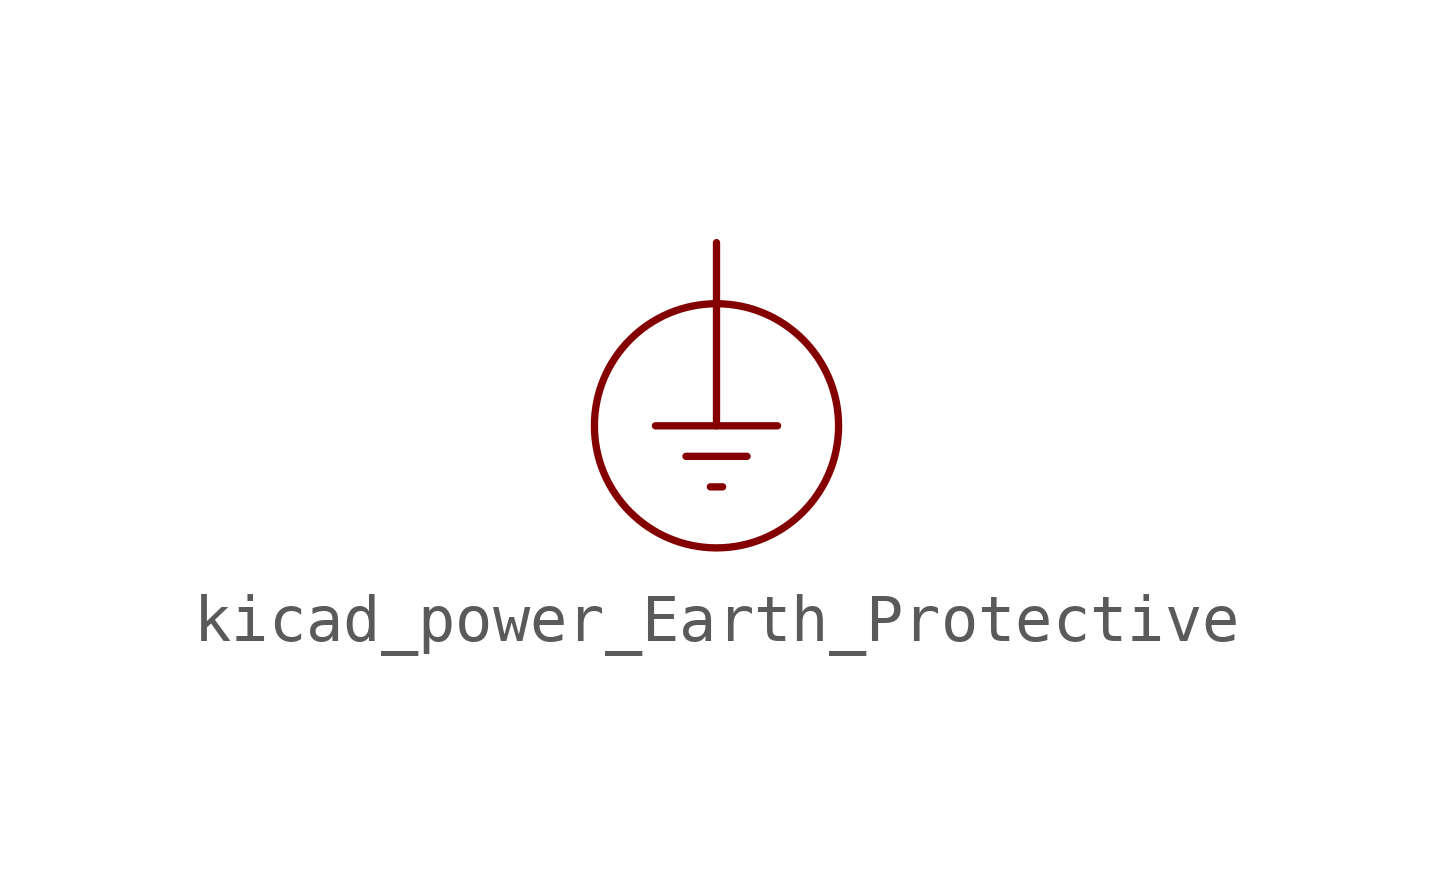
<source format=kicad_sym>
(kicad_symbol_lib
  (version 20220914)
  (generator kicad_symbol_editor)
  (symbol "kicad_power_Earth_Protective"
    (power)
    (pin_names
      (offset 0))
    (property "Reference" "#PWR"
      (at 6.35 -6.35 0)
      (effects (font (size 1.27 1.27)) hide))
    (symbol "kicad_power_Earth_Protective_0_1"
      (circle (center 0 -3.81) (radius 2.54) (stroke (width 0) (type default)) (fill (type none)))
      (polyline (pts (xy -0.635 -4.445) (xy 0.635 -4.445)) (stroke (width 0) (type default)) (fill (type none)))
      (polyline (pts (xy -0.127 -5.08) (xy 0.127 -5.08)) (stroke (width 0) (type default)) (fill (type none)))
      (polyline (pts (xy 0 -3.81) (xy 0 0)) (stroke (width 0) (type default)) (fill (type none)))
      (polyline (pts (xy 1.27 -3.81) (xy -1.27 -3.81)) (stroke (width 0) (type default)) (fill (type none))))
    (symbol "kicad_power_Earth_Protective_1_1"
      (pin power_in line (at 0 0 270) (length 0) hide (name "Earth_Protective" (effects (font (size 1.27 1.27)))) (number "1" (effects (font (size 1.27 1.27))))))))
</source>
